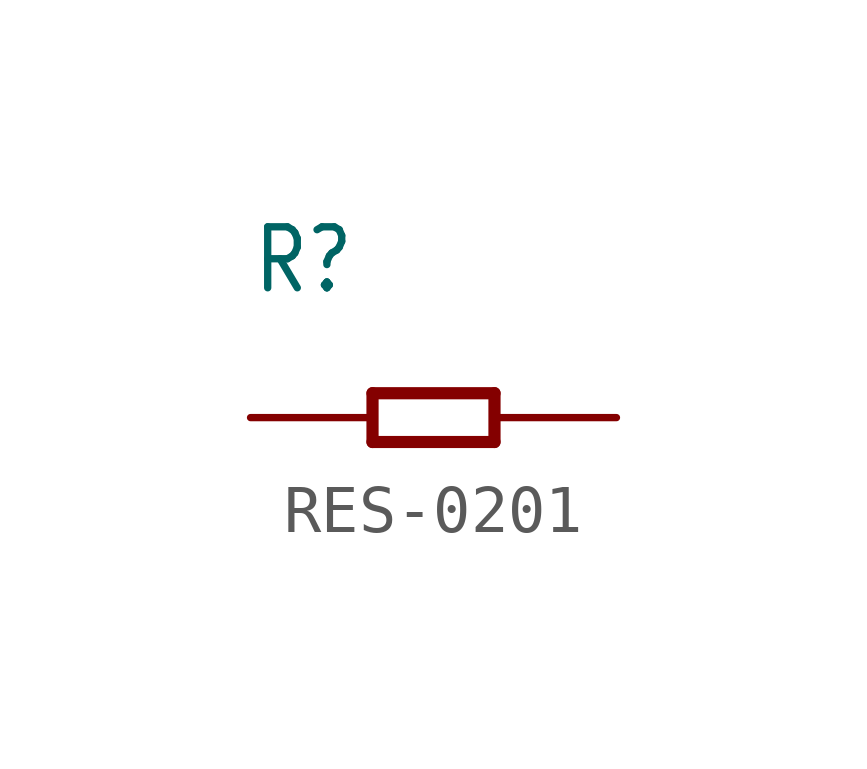
<source format=kicad_sym>
(kicad_symbol_lib
  (version 20220914)
  (generator kicad_symbol_editor)
  (symbol "RES-0201"
    (property "Reference" "R"
      (at -3.81 2.54 0)
      (effects (font (size 1.27 1.079)) (justify left bottom)))
    (property "Value" ""
      (at -3.81 1.27 0)
      (effects (font (size 1.27 1.079)) (justify left bottom)))
    (property "ki_locked" ""
      (at 0 0 0)
      (effects (font (size 1.27 1.27))))
    (symbol "RES-0201_1_0"
      (polyline (pts (xy -1.27 -0.508) (xy -1.27 0.508)) (stroke (width 0.254) (type solid)) (fill (type none)))
      (polyline (pts (xy -1.27 0.508) (xy 1.27 0.508)) (stroke (width 0.254) (type solid)) (fill (type none)))
      (polyline (pts (xy 1.27 -0.508) (xy -1.27 -0.508)) (stroke (width 0.254) (type solid)) (fill (type none)))
      (polyline (pts (xy 1.27 0.508) (xy 1.27 -0.508)) (stroke (width 0.254) (type solid)) (fill (type none)))
      (pin passive line (at -3.81 0 0) (length 2.54) (name "1" (effects (font (size 0 0)))) (number "1" (effects (font (size 0 0)))))
      (pin passive line (at 3.81 0 180) (length 2.54) (name "2" (effects (font (size 0 0)))) (number "2" (effects (font (size 0 0))))))))
</source>
